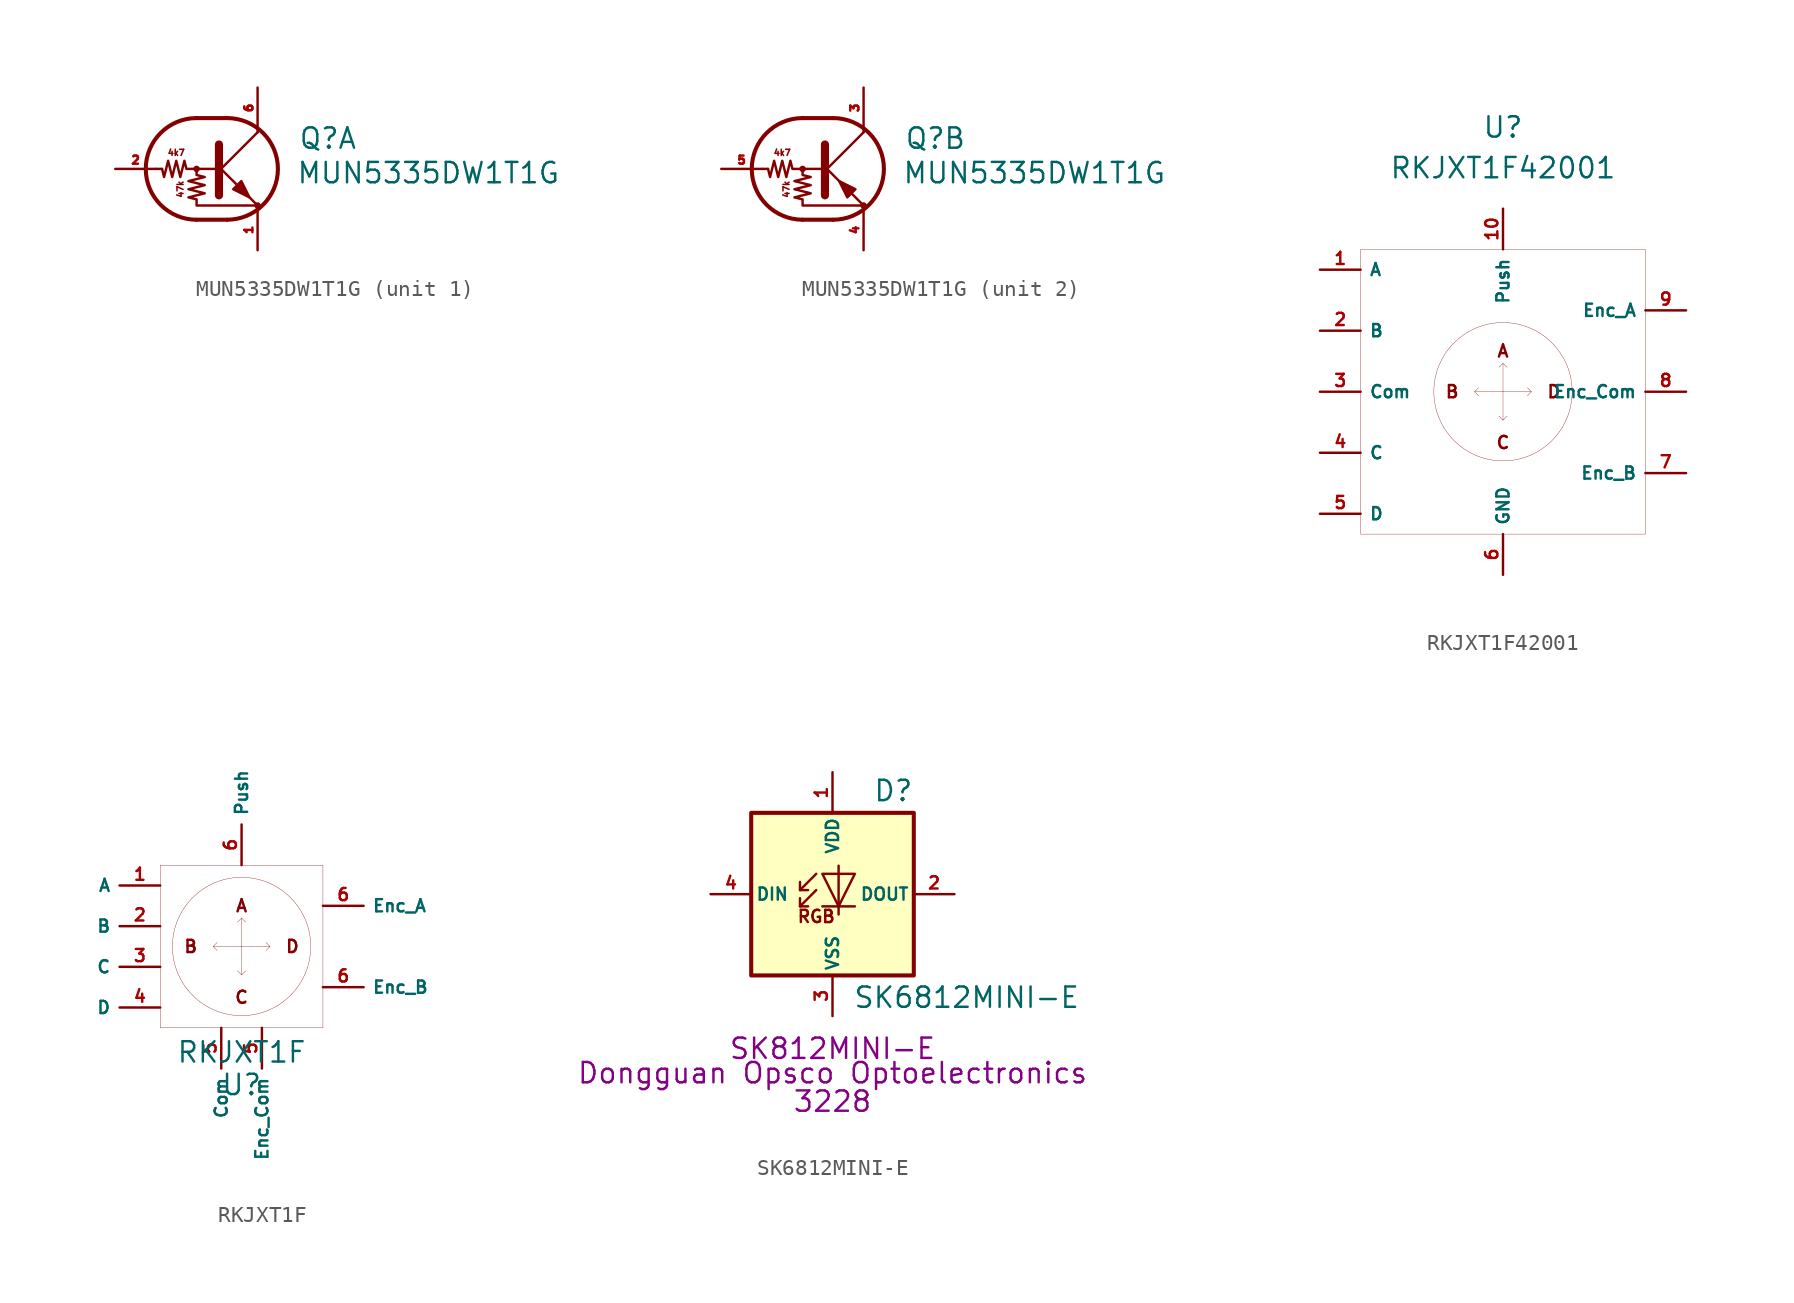
<source format=kicad_sym>
(kicad_symbol_lib
  (version 20200126)
  (host kicad_symbol_editor "(5.99.0-2039-g05a89863c)")
  (symbol "acheronSymbols:MUN5335DW1T1G"
    (pin_names
      (offset 0) hide)
    (property "Reference" "Q"
      (at 5.08 1.905 0)
      (effects (font (size 1.27 1.27)) (justify left)))
    (property "Value" "MUN5335DW1T1G"
      (at 13.208 -0.254 0)
      (effects (font (size 1.27 1.27))))
    (symbol "MUN5335DW1T1G_0_1"
      (arc (start -1.27 3.175) (end -1.27 -3.175) (radius (at -1.27 0) (length 3.175) (angles 90.1 -90.1)) (stroke (width 0.254)) (fill (type none)))
      (arc (start 0.635 -3.175) (end 0.635 3.175) (radius (at 0.635 0) (length 3.175) (angles -89.9 89.9)) (stroke (width 0.254)) (fill (type none)))
      (circle (center -1.27 0) (radius 0.127) (stroke (width 0)) (fill (type none)))
      (circle (center 2.54 -2.286) (radius 0.127) (stroke (width 0)) (fill (type none)))
      (polyline (pts (xy -3.429 0) (xy -3.81 0)) (stroke (width 0)) (fill (type none)))
      (polyline (pts (xy -1.27 -3.175) (xy 0.635 -3.175)) (stroke (width 0.254)) (fill (type none)))
      (polyline (pts (xy -1.27 3.175) (xy 0.635 3.175)) (stroke (width 0.254)) (fill (type none)))
      (polyline (pts (xy 0 -0.254) (xy 2.54 2.286)) (stroke (width 0)) (fill (type none)))
      (polyline (pts (xy 0.127 1.524) (xy 0.127 -1.651)) (stroke (width 0.508)) (fill (type outline)))
      (polyline (pts (xy 2.54 2.286) (xy 2.54 2.54)) (stroke (width 0)) (fill (type none)))
      (polyline (pts (xy 2.54 -2.286) (xy 0 0.254) (xy 0 0.254)) (stroke (width 0)) (fill (type none)))
      (polyline (pts (xy 0 0) (xy -1.905 0) (xy -2.032 0.508) (xy -2.286 -0.508) (xy -2.54 0.508) (xy -2.794 -0.508) (xy -3.048 0.508) (xy -3.302 -0.508) (xy -3.429 0)) (stroke (width 0)) (fill (type none)))
      (polyline (pts (xy -1.27 0) (xy -1.27 -0.381) (xy -0.762 -0.508) (xy -1.778 -0.762) (xy -0.762 -1.016) (xy -1.778 -1.27) (xy -0.762 -1.524) (xy -1.778 -1.778) (xy -1.27 -1.905) (xy -1.27 -2.286) (xy 2.54 -2.286)) (stroke (width 0)) (fill (type none))))
    (symbol "MUN5335DW1T1G_0_0"
      (text "4k7" (at -2.54 1.016 0) (effects (font (size 0.381 0.381))))
      (text "47k" (at -2.286 -1.27 900) (effects (font (size 0.381 0.381)))))
    (symbol "MUN5335DW1T1G_1_1"
      (polyline (pts (xy 1.016 -1.27) (xy 1.524 -0.762) (xy 2.032 -1.778) (xy 1.016 -1.27)) (stroke (width 0)) (fill (type outline)))
      (pin input line (at -6.35 0 0) (length 2.54) (name "B" (effects (font (size 0 0)))) (number "2" (effects (font (size 0.508 0.508)))))
      (pin passive line (at 2.54 -5.08 90) (length 2.54) (name "C" (effects (font (size 0 0)))) (number "1" (effects (font (size 0.508 0.508)))))
      (pin passive line (at 2.54 5.08 270) (length 2.54) (name "C" (effects (font (size 0 0)))) (number "6" (effects (font (size 0.508 0.508))))))
    (symbol "MUN5335DW1T1G_2_1"
      (polyline (pts (xy 2.032 -1.27) (xy 1.524 -1.778) (xy 1.016 -0.762) (xy 2.032 -1.27)) (stroke (width 0)) (fill (type outline)))
      (pin input line (at -6.35 0 0) (length 2.54) (name "B" (effects (font (size 0 0)))) (number "5" (effects (font (size 0.508 0.508)))))
      (pin passive line (at 2.54 -5.08 90) (length 2.54) (name "C" (effects (font (size 0 0)))) (number "4" (effects (font (size 0.508 0.508)))))
      (pin passive line (at 2.54 5.08 270) (length 2.54) (name "C" (effects (font (size 0 0)))) (number "3" (effects (font (size 0.508 0.508)))))))
  (symbol "acheronSymbols:RKJXT1F42001"
    (property "Reference" "U"
      (at 0 16.51 0)
      (effects (font (size 1.27 1.27))))
    (property "Value" "RKJXT1F42001"
      (at 0 13.97 0)
      (effects (font (size 1.27 1.27))))
    (symbol "RKJXT1F42001_0_1"
      (circle (center 0 0) (radius 4.318) (stroke (width 0.001)) (fill (type none)))
      (rectangle (start -8.89 8.89) (end 8.89 -8.89) (stroke (width 0.0003)) (fill (type none))))
    (symbol "RKJXT1F42001_0_0"
      (text "A" (at 0 2.54 0) (effects (font (size 0.762 0.762))))
      (text "B" (at -3.175 0 0) (effects (font (size 0.762 0.762))))
      (text "C" (at 0 -3.175 0) (effects (font (size 0.762 0.762))))
      (text "D" (at 3.175 0 0) (effects (font (size 0.762 0.762))))
      (polyline (pts (xy 0 0) (xy 0 1.778) (xy -0.254 1.524)) (stroke (width 0.001)) (fill (type none)))
      (polyline (pts (xy 0 1.778) (xy 0.254 1.524)) (stroke (width 0.001)) (fill (type none)))
      (polyline (pts (xy 0 0) (xy -1.778 0) (xy -1.524 -0.254)) (stroke (width 0.001)) (fill (type none)))
      (polyline (pts (xy -1.778 0) (xy -1.524 0.254)) (stroke (width 0.001)) (fill (type none)))
      (polyline (pts (xy 0 -1.778) (xy -0.254 -1.524)) (stroke (width 0.001)) (fill (type none)))
      (polyline (pts (xy 0 0) (xy 0 -1.778) (xy 0.254 -1.524)) (stroke (width 0.001)) (fill (type none)))
      (polyline (pts (xy 0 0) (xy 1.778 0) (xy 1.524 0.254)) (stroke (width 0.001)) (fill (type none)))
      (polyline (pts (xy 1.778 0) (xy 1.524 -0.254)) (stroke (width 0.001)) (fill (type none))))
    (symbol "RKJXT1F42001_1_1"
      (pin input line (at -11.43 7.62 0) (length 2.54) (name "A" (effects (font (size 0.762 0.762)))) (number "1" (effects (font (size 0.762 0.762)))))
      (pin input line (at -11.43 3.81 0) (length 2.54) (name "B" (effects (font (size 0.762 0.762)))) (number "2" (effects (font (size 0.762 0.762)))))
      (pin input line (at -11.43 0 0) (length 2.54) (name "Com" (effects (font (size 0.762 0.762)))) (number "3" (effects (font (size 0.762 0.762)))))
      (pin input line (at -11.43 -3.81 0) (length 2.54) (name "C" (effects (font (size 0.762 0.762)))) (number "4" (effects (font (size 0.762 0.762)))))
      (pin input line (at -11.43 -7.62 0) (length 2.54) (name "D" (effects (font (size 0.762 0.762)))) (number "5" (effects (font (size 0.762 0.762)))))
      (pin input line (at 0 11.43 270) (length 2.54) (name "Push" (effects (font (size 0.762 0.762)))) (number "10" (effects (font (size 0.762 0.762)))))
      (pin input line (at 11.43 5.08 180) (length 2.54) (name "Enc_A" (effects (font (size 0.762 0.762)))) (number "9" (effects (font (size 0.762 0.762)))))
      (pin input line (at 11.43 -5.08 180) (length 2.54) (name "Enc_B" (effects (font (size 0.762 0.762)))) (number "7" (effects (font (size 0.762 0.762)))))
      (pin input line (at 11.43 0 180) (length 2.54) (name "Enc_Com" (effects (font (size 0.762 0.762)))) (number "8" (effects (font (size 0.762 0.762)))))
      (pin input line (at 0 -11.43 90) (length 2.54) (name "GND" (effects (font (size 0.762 0.762)))) (number "6" (effects (font (size 0.762 0.762)))))))
  (symbol "acheronSymbols:RKJXT1F"
    (property "Reference" "U"
      (at 0 -8.636 0)
      (effects (font (size 1.27 1.27))))
    (property "Value" "RKJXT1F"
      (at 0 -6.604 0)
      (effects (font (size 1.27 1.27))))
    (symbol "RKJXT1F_0_1"
      (circle (center 0 0) (radius 4.318) (stroke (width 0.001)) (fill (type none)))
      (rectangle (start -5.08 5.08) (end 5.08 -5.08) (stroke (width 0.0003)) (fill (type none))))
    (symbol "RKJXT1F_0_0"
      (text "A" (at 0 2.54 0) (effects (font (size 0.762 0.762))))
      (text "B" (at -3.175 0 0) (effects (font (size 0.762 0.762))))
      (text "C" (at 0 -3.175 0) (effects (font (size 0.762 0.762))))
      (text "D" (at 3.175 0 0) (effects (font (size 0.762 0.762))))
      (polyline (pts (xy 0 0) (xy 0 1.778) (xy -0.254 1.524)) (stroke (width 0.001)) (fill (type none)))
      (polyline (pts (xy 0 1.778) (xy 0.254 1.524)) (stroke (width 0.001)) (fill (type none)))
      (polyline (pts (xy 0 0) (xy -1.778 0) (xy -1.524 -0.254)) (stroke (width 0.001)) (fill (type none)))
      (polyline (pts (xy -1.778 0) (xy -1.524 0.254)) (stroke (width 0.001)) (fill (type none)))
      (polyline (pts (xy 0 -1.778) (xy -0.254 -1.524)) (stroke (width 0.001)) (fill (type none)))
      (polyline (pts (xy 0 0) (xy 0 -1.778) (xy 0.254 -1.524)) (stroke (width 0.001)) (fill (type none)))
      (polyline (pts (xy 0 0) (xy 1.778 0) (xy 1.524 0.254)) (stroke (width 0.001)) (fill (type none)))
      (polyline (pts (xy 1.778 0) (xy 1.524 -0.254)) (stroke (width 0.001)) (fill (type none))))
    (symbol "RKJXT1F_1_1"
      (pin input line (at -5.08 3.81 180) (length 2.54) (name "A" (effects (font (size 0.762 0.762)))) (number "1" (effects (font (size 0.762 0.762)))))
      (pin input line (at -5.08 1.27 180) (length 2.54) (name "B" (effects (font (size 0.762 0.762)))) (number "2" (effects (font (size 0.762 0.762)))))
      (pin input line (at -1.27 -5.08 270) (length 2.54) (name "Com" (effects (font (size 0.762 0.762)))) (number "5" (effects (font (size 0.762 0.762)))))
      (pin input line (at -5.08 -1.27 180) (length 2.54) (name "C" (effects (font (size 0.762 0.762)))) (number "3" (effects (font (size 0.762 0.762)))))
      (pin input line (at -5.08 -3.81 180) (length 2.54) (name "D" (effects (font (size 0.762 0.762)))) (number "4" (effects (font (size 0.762 0.762)))))
      (pin input line (at 0 5.08 90) (length 2.54) (name "Push" (effects (font (size 0.762 0.762)))) (number "6" (effects (font (size 0.762 0.762)))))
      (pin input line (at 5.08 2.54 0) (length 2.54) (name "Enc_A" (effects (font (size 0.762 0.762)))) (number "6" (effects (font (size 0.762 0.762)))))
      (pin input line (at 5.08 -2.54 0) (length 2.54) (name "Enc_B" (effects (font (size 0.762 0.762)))) (number "6" (effects (font (size 0.762 0.762)))))
      (pin input line (at 1.27 -5.08 270) (length 2.54) (name "Enc_Com" (effects (font (size 0.762 0.762)))) (number "5" (effects (font (size 0.762 0.762)))))))
  (symbol "acheronSymbols:SK6812MINI-E"
    (pin_names
      (offset 0.254))
    (property "Reference" "D"
      (at 5.08 5.715 0)
      (effects (font (size 1.27 1.27)) (justify right bottom)))
    (property "Value" "SK6812MINI-E"
      (at 1.27 -5.715 0)
      (effects (font (size 1.27 1.27)) (justify left top)))
    (property "MFN" "Dongguan Opsco Optoelectronics"
      (at 0 -11.176 0)
      (effects (font (size 1.27 1.27))))
    (property "MPN" "SK812MINI-E"
      (at 0 -9.652 0)
      (effects (font (size 1.27 1.27))))
    (property "PKG" "3228"
      (at 0 -12.954 0)
      (effects (font (size 1.27 1.27))))
    (symbol "SK6812MINI-E_0_0"
      (text "RGB" (at -1.016 -1.397 0) (effects (font (size 0.762 0.762)))))
    (symbol "SK6812MINI-E_0_1"
      (rectangle (start 5.08 5.08) (end -5.08 -5.08) (stroke (width 0.254)) (fill (type background)))
      (polyline (pts (xy -2.032 -0.762) (xy -1.524 -0.762)) (stroke (width 0)) (fill (type none)))
      (polyline (pts (xy -2.032 0.254) (xy -1.524 0.254)) (stroke (width 0)) (fill (type none)))
      (polyline (pts (xy 1.397 -0.762) (xy -0.635 -0.762)) (stroke (width 0)) (fill (type none)))
      (polyline (pts (xy -1.016 0.254) (xy -2.032 -0.762) (xy -2.032 -0.254)) (stroke (width 0)) (fill (type none)))
      (polyline (pts (xy -1.016 1.27) (xy -2.032 0.254) (xy -2.032 0.762)) (stroke (width 0)) (fill (type none)))
      (polyline (pts (xy 0.381 1.778) (xy 0.381 -0.762) (xy 0.381 -1.27)) (stroke (width 0)) (fill (type none)))
      (polyline (pts (xy 1.397 1.27) (xy -0.635 1.27) (xy 0.381 -0.762) (xy 1.397 1.27)) (stroke (width 0)) (fill (type none))))
    (symbol "SK6812MINI-E_1_1"
      (pin power_in line (at 0 7.62 270) (length 2.54) (name "VDD" (effects (font (size 0.762 0.762)))) (number "1" (effects (font (size 0.762 0.762)))))
      (pin output line (at 7.62 0 180) (length 2.54) (name "DOUT" (effects (font (size 0.762 0.762)))) (number "2" (effects (font (size 0.762 0.762)))))
      (pin power_in line (at 0 -7.62 90) (length 2.54) (name "VSS" (effects (font (size 0.762 0.762)))) (number "3" (effects (font (size 0.762 0.762)))))
      (pin input line (at -7.62 0 0) (length 2.54) (name "DIN" (effects (font (size 0.762 0.762)))) (number "4" (effects (font (size 0.762 0.762))))))))
</source>
